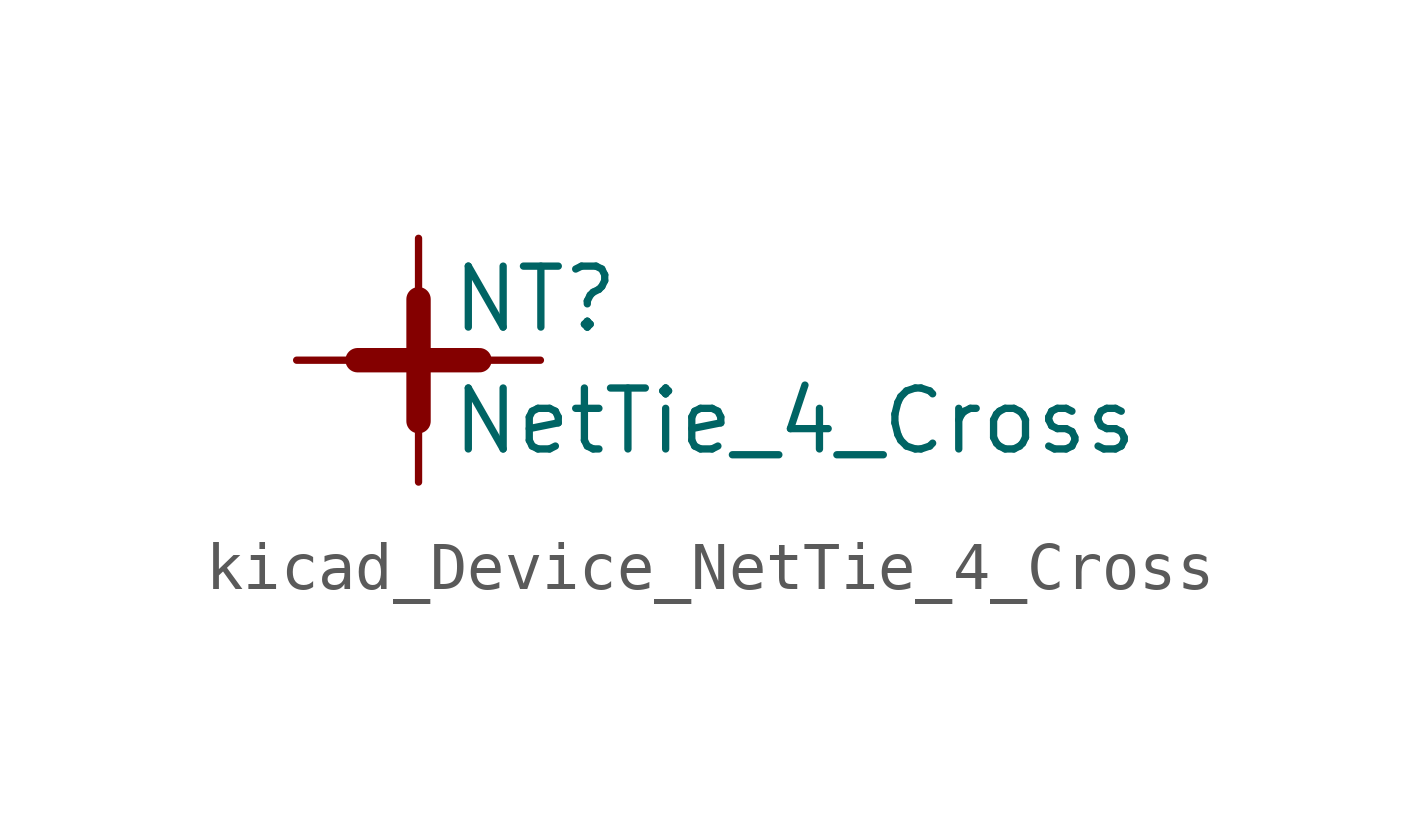
<source format=kicad_sym>
(kicad_symbol_lib
  (version 20220914)
  (generator kicad_symbol_editor)
  (symbol "kicad_Device_NetTie_4_Cross"
    (pin_numbers hide)
    (pin_names
      (offset 0) hide)
    (property "Reference" "NT"
      (at 0.635 1.27 0)
      (effects (font (size 1.27 1.27)) (justify left)))
    (property "Value" "NetTie_4_Cross"
      (at 0.635 -1.27 0)
      (effects (font (size 1.27 1.27)) (justify left)))
    (symbol "kicad_Device_NetTie_4_Cross_0_1"
      (polyline (pts (xy -1.27 0) (xy 1.27 0)) (stroke (width 0.508) (type default)) (fill (type none)))
      (polyline (pts (xy 0 -1.27) (xy 0 1.27)) (stroke (width 0.508) (type default)) (fill (type none))))
    (symbol "kicad_Device_NetTie_4_Cross_1_1"
      (pin passive line (at -2.54 0 0) (length 2.54) (name "1" (effects (font (size 1.27 1.27)))) (number "1" (effects (font (size 1.27 1.27)))))
      (pin passive line (at 2.54 0 180) (length 2.54) (name "2" (effects (font (size 1.27 1.27)))) (number "2" (effects (font (size 1.27 1.27)))))
      (pin passive line (at 0 2.54 270) (length 2.54) (name "3" (effects (font (size 1.27 1.27)))) (number "3" (effects (font (size 1.27 1.27)))))
      (pin passive line (at 0 -2.54 90) (length 2.54) (name "4" (effects (font (size 1.27 1.27)))) (number "4" (effects (font (size 1.27 1.27))))))))
</source>
